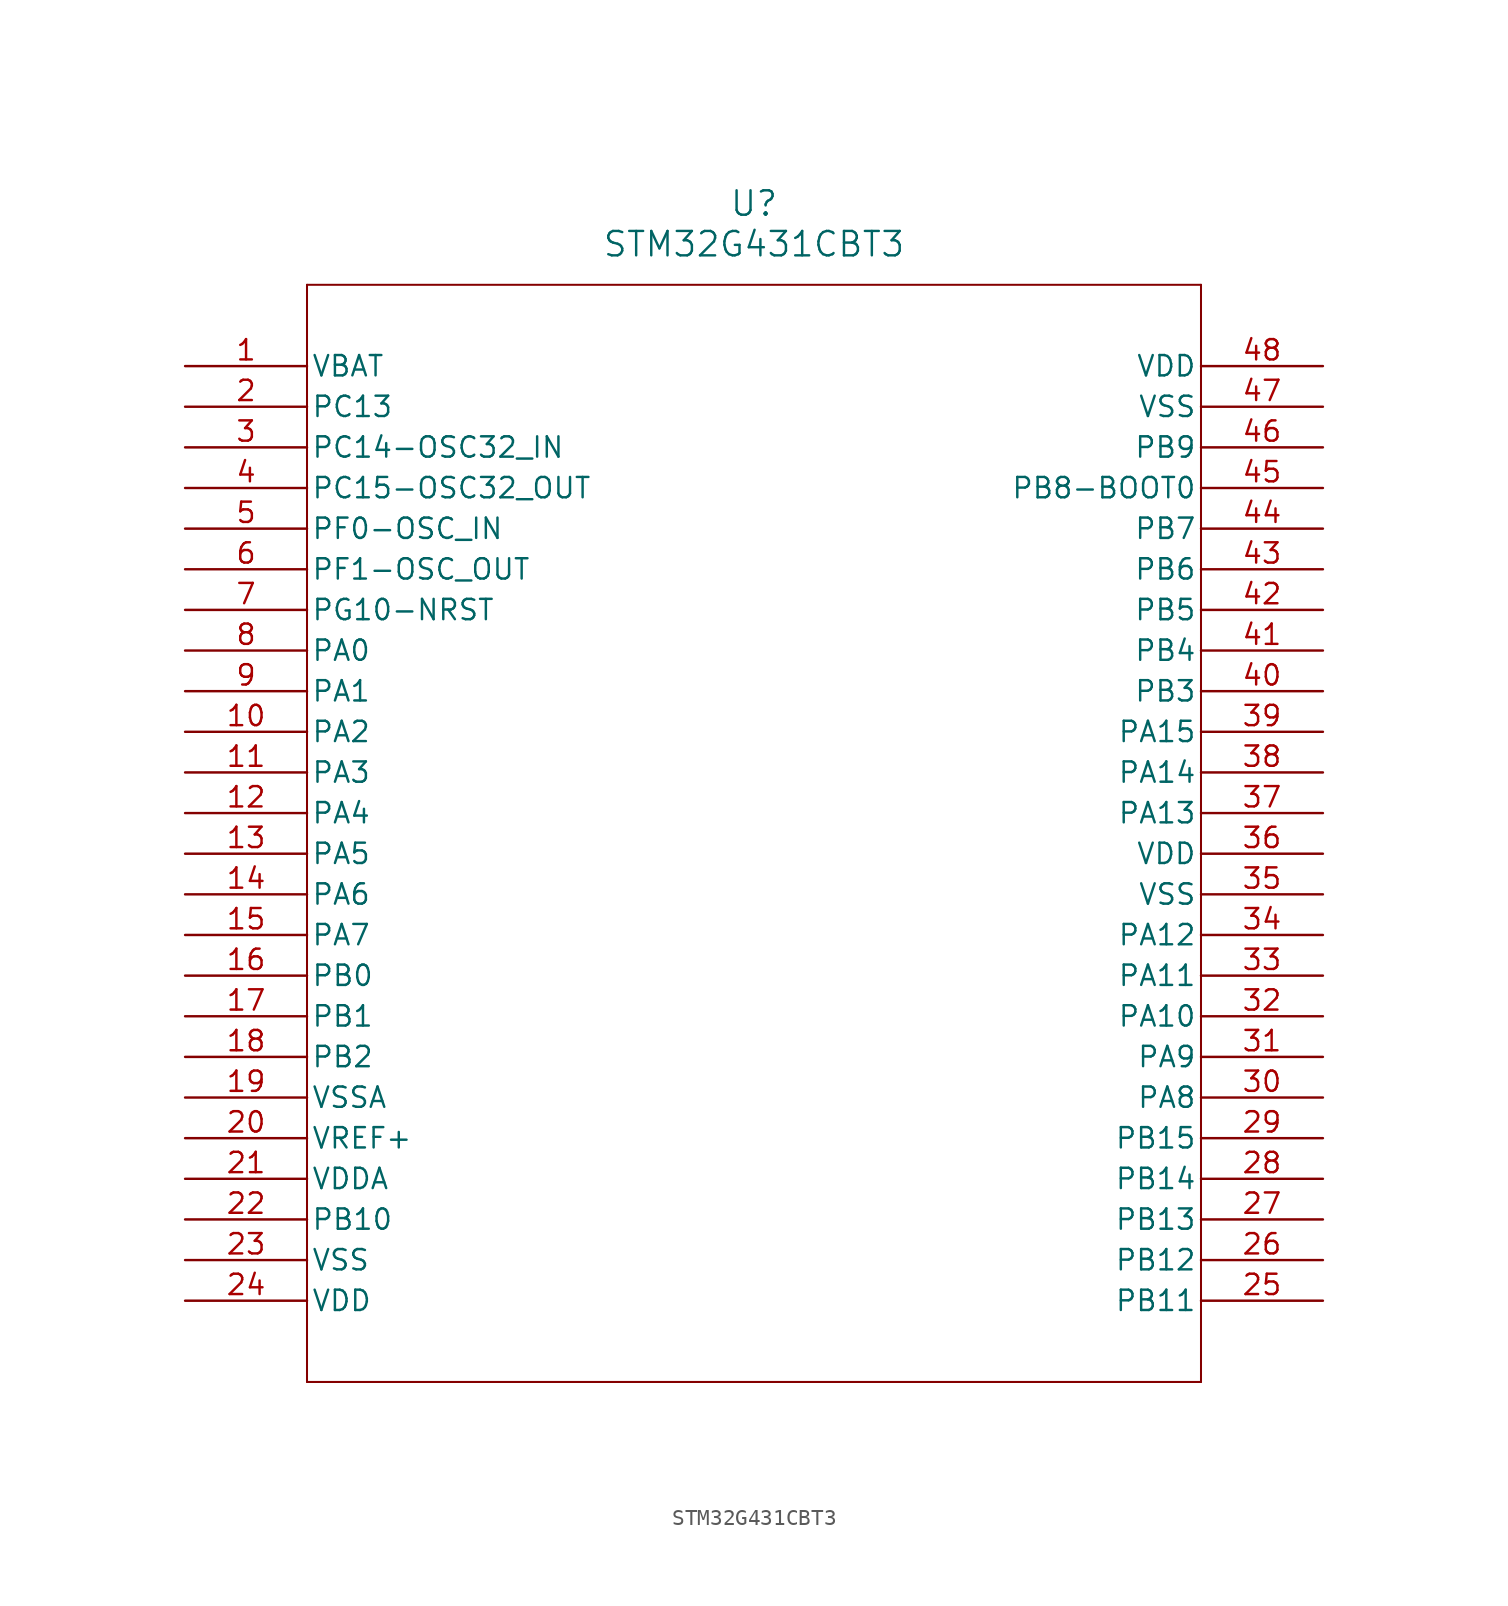
<source format=kicad_sym>
(kicad_symbol_lib
  (version 20211014)
  (generator kicad_symbol_editor)
  (symbol "STM32G431CBT3"
    (pin_names
      (offset 0.254))
    (property "Reference" "U"
      (at 35.56 10.16 0)
      (effects (font (size 1.524 1.524))))
    (property "Value" "STM32G431CBT3"
      (at 35.56 7.62 0)
      (effects (font (size 1.524 1.524))))
    (symbol "STM32G431CBT3_0_1"
      (polyline (pts (xy 7.62 5.08) (xy 7.62 -63.5)) (stroke (width 0.127) (type default) (color 0 0 0 0)) (fill (type none)))
      (polyline (pts (xy 7.62 -63.5) (xy 63.5 -63.5)) (stroke (width 0.127) (type default) (color 0 0 0 0)) (fill (type none)))
      (polyline (pts (xy 63.5 -63.5) (xy 63.5 5.08)) (stroke (width 0.127) (type default) (color 0 0 0 0)) (fill (type none)))
      (polyline (pts (xy 63.5 5.08) (xy 7.62 5.08)) (stroke (width 0.127) (type default) (color 0 0 0 0)) (fill (type none)))
      (pin power_in line (at 0 0 0) (length 7.62) (name "VBAT" (effects (font (size 1.27 1.27)))) (number "1" (effects (font (size 1.27 1.27)))))
      (pin bidirectional line (at 0 -2.54 0) (length 7.62) (name "PC13" (effects (font (size 1.27 1.27)))) (number "2" (effects (font (size 1.27 1.27)))))
      (pin bidirectional line (at 0 -5.08 0) (length 7.62) (name "PC14-OSC32_IN" (effects (font (size 1.27 1.27)))) (number "3" (effects (font (size 1.27 1.27)))))
      (pin bidirectional line (at 0 -7.62 0) (length 7.62) (name "PC15-OSC32_OUT" (effects (font (size 1.27 1.27)))) (number "4" (effects (font (size 1.27 1.27)))))
      (pin input line (at 0 -10.16 0) (length 7.62) (name "PF0-OSC_IN" (effects (font (size 1.27 1.27)))) (number "5" (effects (font (size 1.27 1.27)))))
      (pin output line (at 0 -12.7 0) (length 7.62) (name "PF1-OSC_OUT" (effects (font (size 1.27 1.27)))) (number "6" (effects (font (size 1.27 1.27)))))
      (pin bidirectional line (at 0 -15.24 0) (length 7.62) (name "PG10-NRST" (effects (font (size 1.27 1.27)))) (number "7" (effects (font (size 1.27 1.27)))))
      (pin bidirectional line (at 0 -17.78 0) (length 7.62) (name "PA0" (effects (font (size 1.27 1.27)))) (number "8" (effects (font (size 1.27 1.27)))))
      (pin bidirectional line (at 0 -20.32 0) (length 7.62) (name "PA1" (effects (font (size 1.27 1.27)))) (number "9" (effects (font (size 1.27 1.27)))))
      (pin bidirectional line (at 0 -22.86 0) (length 7.62) (name "PA2" (effects (font (size 1.27 1.27)))) (number "10" (effects (font (size 1.27 1.27)))))
      (pin bidirectional line (at 0 -25.4 0) (length 7.62) (name "PA3" (effects (font (size 1.27 1.27)))) (number "11" (effects (font (size 1.27 1.27)))))
      (pin bidirectional line (at 0 -27.94 0) (length 7.62) (name "PA4" (effects (font (size 1.27 1.27)))) (number "12" (effects (font (size 1.27 1.27)))))
      (pin bidirectional line (at 0 -30.48 0) (length 7.62) (name "PA5" (effects (font (size 1.27 1.27)))) (number "13" (effects (font (size 1.27 1.27)))))
      (pin bidirectional line (at 0 -33.02 0) (length 7.62) (name "PA6" (effects (font (size 1.27 1.27)))) (number "14" (effects (font (size 1.27 1.27)))))
      (pin bidirectional line (at 0 -35.56 0) (length 7.62) (name "PA7" (effects (font (size 1.27 1.27)))) (number "15" (effects (font (size 1.27 1.27)))))
      (pin bidirectional line (at 0 -38.1 0) (length 7.62) (name "PB0" (effects (font (size 1.27 1.27)))) (number "16" (effects (font (size 1.27 1.27)))))
      (pin bidirectional line (at 0 -40.64 0) (length 7.62) (name "PB1" (effects (font (size 1.27 1.27)))) (number "17" (effects (font (size 1.27 1.27)))))
      (pin bidirectional line (at 0 -43.18 0) (length 7.62) (name "PB2" (effects (font (size 1.27 1.27)))) (number "18" (effects (font (size 1.27 1.27)))))
      (pin power_in line (at 0 -45.72 0) (length 7.62) (name "VSSA" (effects (font (size 1.27 1.27)))) (number "19" (effects (font (size 1.27 1.27)))))
      (pin power_in line (at 0 -48.26 0) (length 7.62) (name "VREF+" (effects (font (size 1.27 1.27)))) (number "20" (effects (font (size 1.27 1.27)))))
      (pin power_in line (at 0 -50.8 0) (length 7.62) (name "VDDA" (effects (font (size 1.27 1.27)))) (number "21" (effects (font (size 1.27 1.27)))))
      (pin bidirectional line (at 0 -53.34 0) (length 7.62) (name "PB10" (effects (font (size 1.27 1.27)))) (number "22" (effects (font (size 1.27 1.27)))))
      (pin power_in line (at 0 -55.88 0) (length 7.62) (name "VSS" (effects (font (size 1.27 1.27)))) (number "23" (effects (font (size 1.27 1.27)))))
      (pin power_in line (at 0 -58.42 0) (length 7.62) (name "VDD" (effects (font (size 1.27 1.27)))) (number "24" (effects (font (size 1.27 1.27)))))
      (pin bidirectional line (at 71.12 -58.42 180) (length 7.62) (name "PB11" (effects (font (size 1.27 1.27)))) (number "25" (effects (font (size 1.27 1.27)))))
      (pin bidirectional line (at 71.12 -55.88 180) (length 7.62) (name "PB12" (effects (font (size 1.27 1.27)))) (number "26" (effects (font (size 1.27 1.27)))))
      (pin bidirectional line (at 71.12 -53.34 180) (length 7.62) (name "PB13" (effects (font (size 1.27 1.27)))) (number "27" (effects (font (size 1.27 1.27)))))
      (pin bidirectional line (at 71.12 -50.8 180) (length 7.62) (name "PB14" (effects (font (size 1.27 1.27)))) (number "28" (effects (font (size 1.27 1.27)))))
      (pin bidirectional line (at 71.12 -48.26 180) (length 7.62) (name "PB15" (effects (font (size 1.27 1.27)))) (number "29" (effects (font (size 1.27 1.27)))))
      (pin bidirectional line (at 71.12 -45.72 180) (length 7.62) (name "PA8" (effects (font (size 1.27 1.27)))) (number "30" (effects (font (size 1.27 1.27)))))
      (pin bidirectional line (at 71.12 -43.18 180) (length 7.62) (name "PA9" (effects (font (size 1.27 1.27)))) (number "31" (effects (font (size 1.27 1.27)))))
      (pin bidirectional line (at 71.12 -40.64 180) (length 7.62) (name "PA10" (effects (font (size 1.27 1.27)))) (number "32" (effects (font (size 1.27 1.27)))))
      (pin bidirectional line (at 71.12 -38.1 180) (length 7.62) (name "PA11" (effects (font (size 1.27 1.27)))) (number "33" (effects (font (size 1.27 1.27)))))
      (pin bidirectional line (at 71.12 -35.56 180) (length 7.62) (name "PA12" (effects (font (size 1.27 1.27)))) (number "34" (effects (font (size 1.27 1.27)))))
      (pin power_in line (at 71.12 -33.02 180) (length 7.62) (name "VSS" (effects (font (size 1.27 1.27)))) (number "35" (effects (font (size 1.27 1.27)))))
      (pin power_in line (at 71.12 -30.48 180) (length 7.62) (name "VDD" (effects (font (size 1.27 1.27)))) (number "36" (effects (font (size 1.27 1.27)))))
      (pin bidirectional line (at 71.12 -27.94 180) (length 7.62) (name "PA13" (effects (font (size 1.27 1.27)))) (number "37" (effects (font (size 1.27 1.27)))))
      (pin bidirectional line (at 71.12 -25.4 180) (length 7.62) (name "PA14" (effects (font (size 1.27 1.27)))) (number "38" (effects (font (size 1.27 1.27)))))
      (pin bidirectional line (at 71.12 -22.86 180) (length 7.62) (name "PA15" (effects (font (size 1.27 1.27)))) (number "39" (effects (font (size 1.27 1.27)))))
      (pin bidirectional line (at 71.12 -20.32 180) (length 7.62) (name "PB3" (effects (font (size 1.27 1.27)))) (number "40" (effects (font (size 1.27 1.27)))))
      (pin bidirectional line (at 71.12 -17.78 180) (length 7.62) (name "PB4" (effects (font (size 1.27 1.27)))) (number "41" (effects (font (size 1.27 1.27)))))
      (pin bidirectional line (at 71.12 -15.24 180) (length 7.62) (name "PB5" (effects (font (size 1.27 1.27)))) (number "42" (effects (font (size 1.27 1.27)))))
      (pin bidirectional line (at 71.12 -12.7 180) (length 7.62) (name "PB6" (effects (font (size 1.27 1.27)))) (number "43" (effects (font (size 1.27 1.27)))))
      (pin bidirectional line (at 71.12 -10.16 180) (length 7.62) (name "PB7" (effects (font (size 1.27 1.27)))) (number "44" (effects (font (size 1.27 1.27)))))
      (pin bidirectional line (at 71.12 -7.62 180) (length 7.62) (name "PB8-BOOT0" (effects (font (size 1.27 1.27)))) (number "45" (effects (font (size 1.27 1.27)))))
      (pin bidirectional line (at 71.12 -5.08 180) (length 7.62) (name "PB9" (effects (font (size 1.27 1.27)))) (number "46" (effects (font (size 1.27 1.27)))))
      (pin power_in line (at 71.12 -2.54 180) (length 7.62) (name "VSS" (effects (font (size 1.27 1.27)))) (number "47" (effects (font (size 1.27 1.27)))))
      (pin power_in line (at 71.12 0 180) (length 7.62) (name "VDD" (effects (font (size 1.27 1.27)))) (number "48" (effects (font (size 1.27 1.27))))))))
</source>
